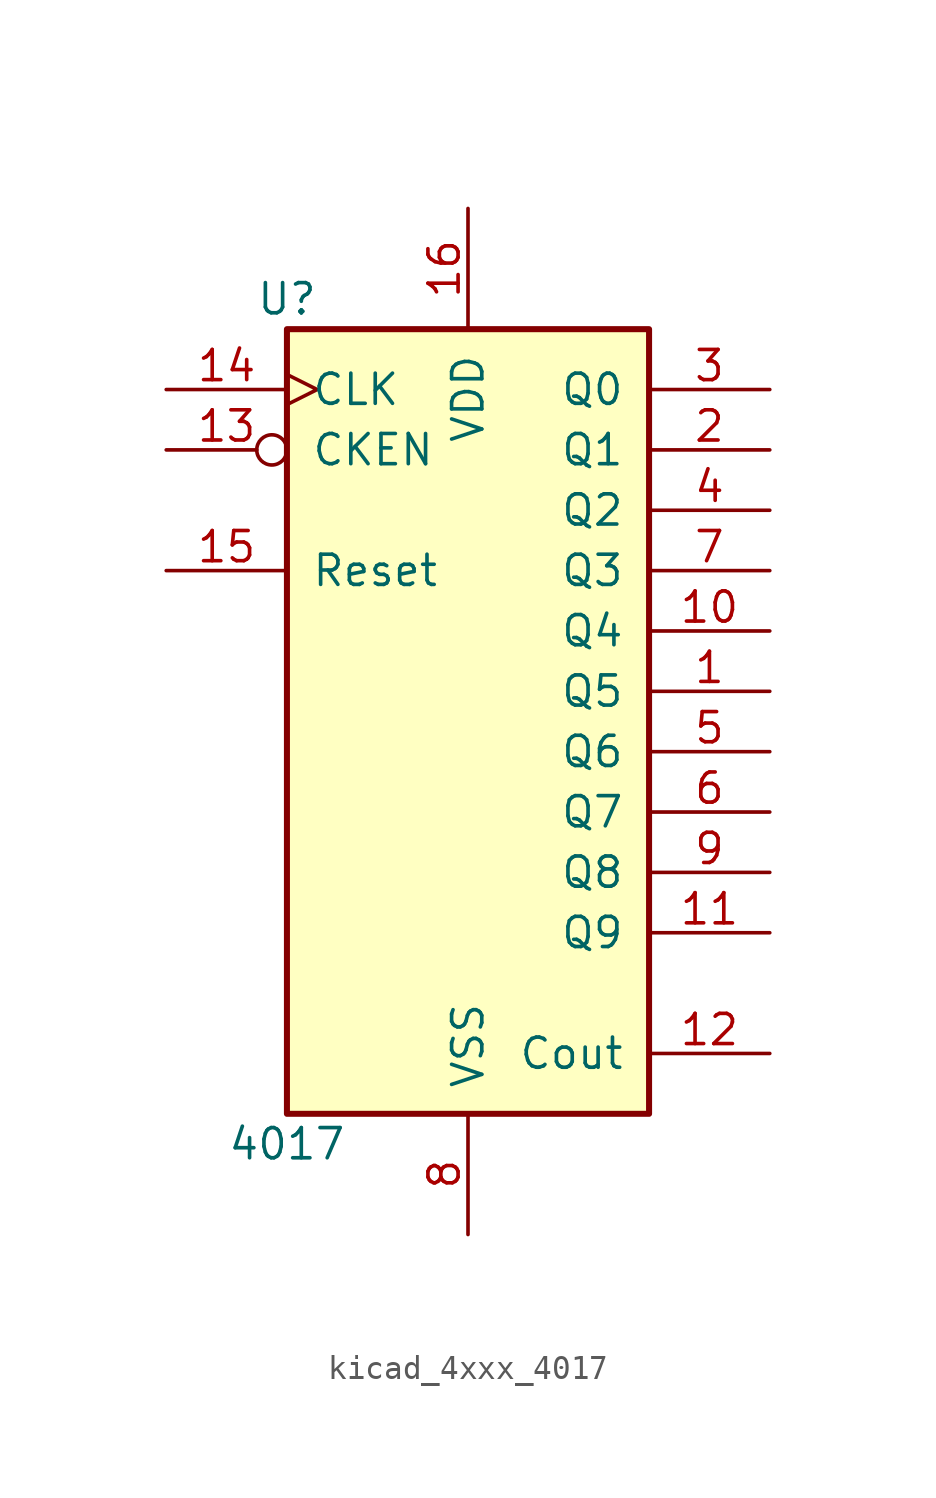
<source format=kicad_sym>
(kicad_symbol_lib
  (version 20220914)
  (generator kicad_symbol_editor)
  (symbol "kicad_4xxx_4017"
    (pin_names
      (offset 1.016))
    (property "Reference" "U"
      (at -7.62 16.51 0)
      (effects (font (size 1.27 1.27))))
    (property "Value" "4017"
      (at -7.62 -19.05 0)
      (effects (font (size 1.27 1.27))))
    (property "ki_locked" ""
      (at 0 0 0)
      (effects (font (size 1.27 1.27))))
    (symbol "kicad_4xxx_4017_1_0"
      (pin output line (at 12.7 0 180) (length 5.08) (name "Q5" (effects (font (size 1.27 1.27)))) (number "1" (effects (font (size 1.27 1.27)))))
      (pin output line (at 12.7 2.54 180) (length 5.08) (name "Q4" (effects (font (size 1.27 1.27)))) (number "10" (effects (font (size 1.27 1.27)))))
      (pin output line (at 12.7 -10.16 180) (length 5.08) (name "Q9" (effects (font (size 1.27 1.27)))) (number "11" (effects (font (size 1.27 1.27)))))
      (pin output line (at 12.7 -15.24 180) (length 5.08) (name "Cout" (effects (font (size 1.27 1.27)))) (number "12" (effects (font (size 1.27 1.27)))))
      (pin input inverted (at -12.7 10.16 0) (length 5.08) (name "CKEN" (effects (font (size 1.27 1.27)))) (number "13" (effects (font (size 1.27 1.27)))))
      (pin input clock (at -12.7 12.7 0) (length 5.08) (name "CLK" (effects (font (size 1.27 1.27)))) (number "14" (effects (font (size 1.27 1.27)))))
      (pin input line (at -12.7 5.08 0) (length 5.08) (name "Reset" (effects (font (size 1.27 1.27)))) (number "15" (effects (font (size 1.27 1.27)))))
      (pin power_in line (at 0 20.32 270) (length 5.08) (name "VDD" (effects (font (size 1.27 1.27)))) (number "16" (effects (font (size 1.27 1.27)))))
      (pin output line (at 12.7 10.16 180) (length 5.08) (name "Q1" (effects (font (size 1.27 1.27)))) (number "2" (effects (font (size 1.27 1.27)))))
      (pin output line (at 12.7 12.7 180) (length 5.08) (name "Q0" (effects (font (size 1.27 1.27)))) (number "3" (effects (font (size 1.27 1.27)))))
      (pin output line (at 12.7 7.62 180) (length 5.08) (name "Q2" (effects (font (size 1.27 1.27)))) (number "4" (effects (font (size 1.27 1.27)))))
      (pin output line (at 12.7 -2.54 180) (length 5.08) (name "Q6" (effects (font (size 1.27 1.27)))) (number "5" (effects (font (size 1.27 1.27)))))
      (pin output line (at 12.7 -5.08 180) (length 5.08) (name "Q7" (effects (font (size 1.27 1.27)))) (number "6" (effects (font (size 1.27 1.27)))))
      (pin output line (at 12.7 5.08 180) (length 5.08) (name "Q3" (effects (font (size 1.27 1.27)))) (number "7" (effects (font (size 1.27 1.27)))))
      (pin power_in line (at 0 -22.86 90) (length 5.08) (name "VSS" (effects (font (size 1.27 1.27)))) (number "8" (effects (font (size 1.27 1.27)))))
      (pin output line (at 12.7 -7.62 180) (length 5.08) (name "Q8" (effects (font (size 1.27 1.27)))) (number "9" (effects (font (size 1.27 1.27))))))
    (symbol "kicad_4xxx_4017_1_1"
      (rectangle (start -7.62 15.24) (end 7.62 -17.78) (stroke (width 0.254) (type default)) (fill (type background))))))
</source>
